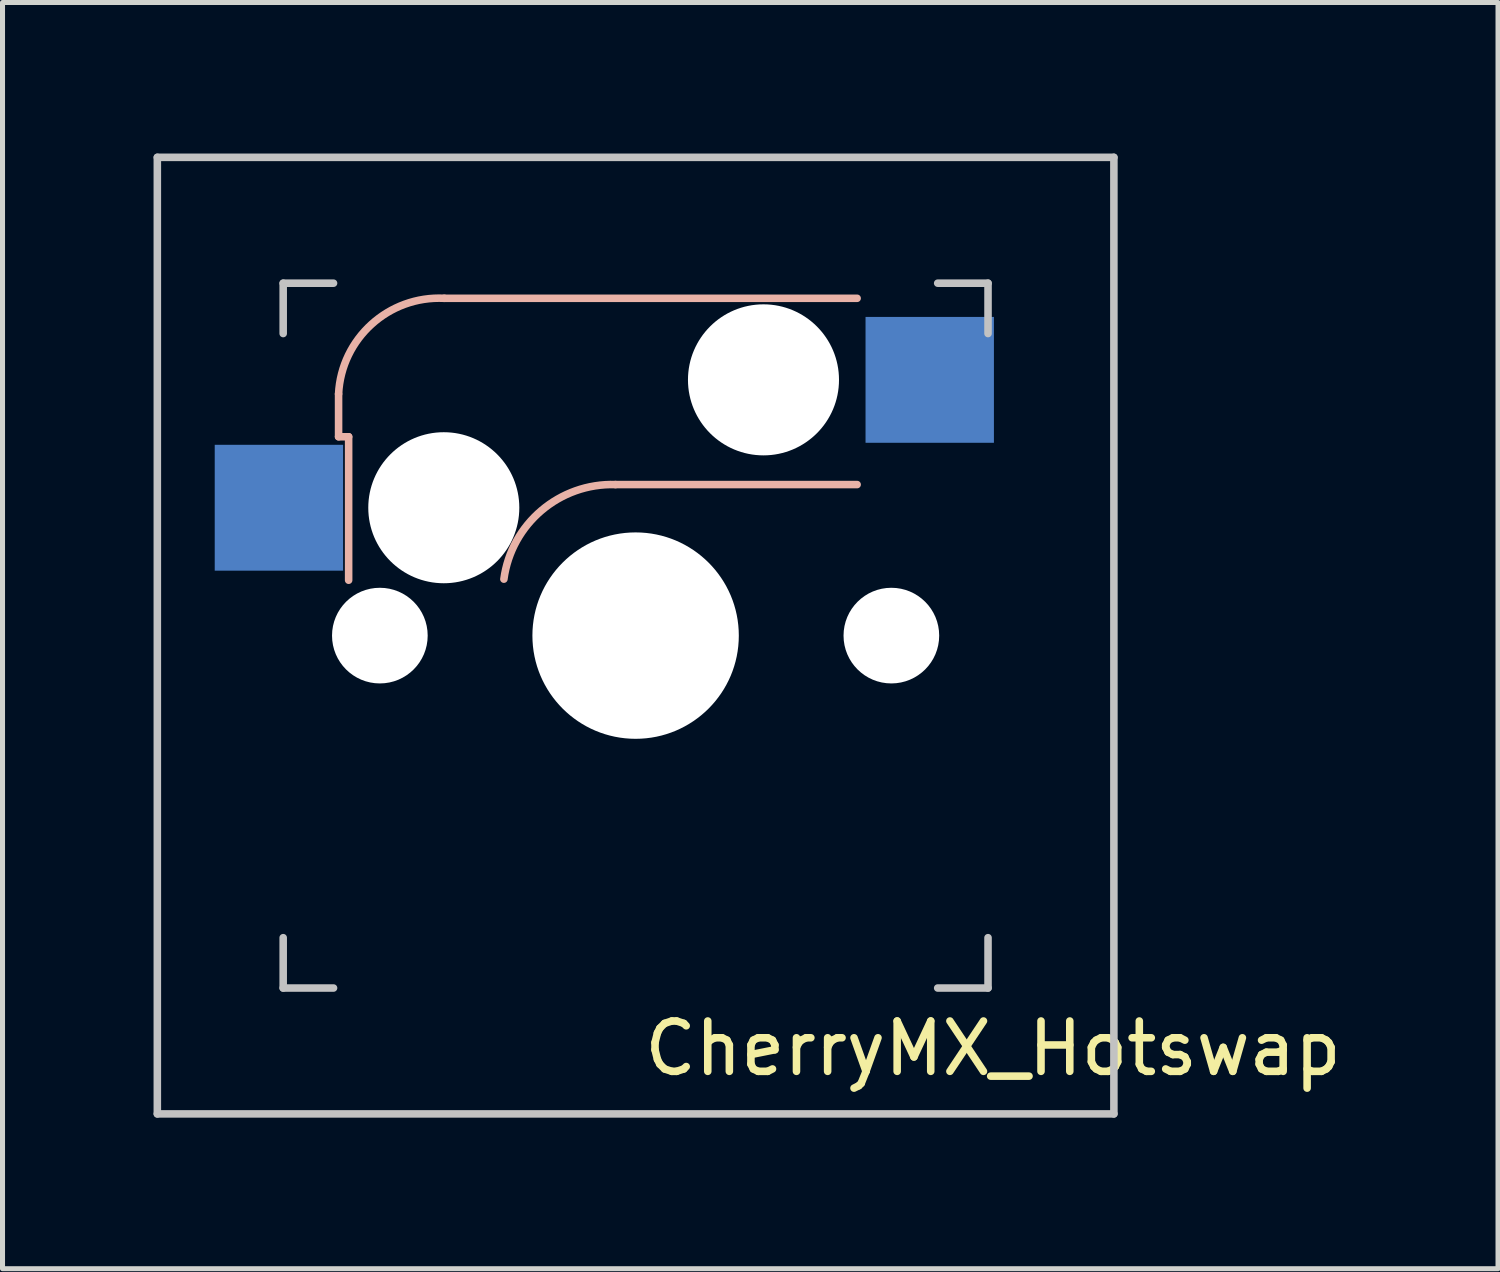
<source format=kicad_pcb>
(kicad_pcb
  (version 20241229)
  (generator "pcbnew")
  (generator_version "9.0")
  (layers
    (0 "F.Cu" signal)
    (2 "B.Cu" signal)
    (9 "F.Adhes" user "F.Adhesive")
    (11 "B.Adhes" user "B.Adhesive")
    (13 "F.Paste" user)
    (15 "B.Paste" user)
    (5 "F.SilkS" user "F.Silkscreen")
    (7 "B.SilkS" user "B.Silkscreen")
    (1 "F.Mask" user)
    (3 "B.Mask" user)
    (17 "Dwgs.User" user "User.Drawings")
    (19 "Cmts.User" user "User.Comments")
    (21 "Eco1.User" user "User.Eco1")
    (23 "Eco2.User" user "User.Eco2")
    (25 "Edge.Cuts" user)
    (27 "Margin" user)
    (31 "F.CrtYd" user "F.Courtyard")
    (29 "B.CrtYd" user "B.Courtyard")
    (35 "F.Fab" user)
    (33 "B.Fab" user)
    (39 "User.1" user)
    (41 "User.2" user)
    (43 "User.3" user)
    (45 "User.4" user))
  (footprint "CherryMX_Hotswap"
    (layer "F.Cu")
    (at 9.575 9.575)
    (property "Reference" "CherryMX_Hotswap" (at 7.1 8.2 0) (layer "F.SilkS") (effects (font (size 1 1) (thickness 0.15))))
    (attr through_hole)
    (fp_line (start -5.9 -4.8) (end -5.9 -3.95) (stroke (width 0.15) (type solid)) (layer "B.SilkS"))
    (fp_line (start -5.9 -3.95) (end -5.7 -3.95) (stroke (width 0.15) (type solid)) (layer "B.SilkS"))
    (fp_line (start -5.7 -3.95) (end -5.7 -1.1) (stroke (width 0.15) (type solid)) (layer "B.SilkS"))
    (fp_line (start -0.4 -3) (end 4.4 -3) (stroke (width 0.15) (type solid)) (layer "B.SilkS"))
    (fp_line (start 4.4 -6.7) (end -3.8 -6.7) (stroke (width 0.15) (type solid)) (layer "B.SilkS"))
    (fp_arc (start -5.9 -4.799999) (mid -5.243504 -6.184924) (end -3.800001 -6.7) (stroke (width 0.15) (type solid)) (layer "B.SilkS"))
    (fp_arc (start -2.616318 -1.121471) (mid -1.868709 -2.486118) (end -0.4 -3) (stroke (width 0.15) (type solid)) (layer "B.SilkS"))
    (fp_line (start -9.5 -9.5) (end 9.5 -9.5) (stroke (width 0.15) (type solid)) (layer "Dwgs.User"))
    (fp_line (start -9.5 9.5) (end -9.5 -9.5) (stroke (width 0.15) (type solid)) (layer "Dwgs.User"))
    (fp_line (start -7 -7) (end -6 -7) (stroke (width 0.15) (type solid)) (layer "Dwgs.User"))
    (fp_line (start -7 -6) (end -7 -7) (stroke (width 0.15) (type solid)) (layer "Dwgs.User"))
    (fp_line (start -7 6) (end -7 7) (stroke (width 0.15) (type solid)) (layer "Dwgs.User"))
    (fp_line (start -7 7) (end -6 7) (stroke (width 0.15) (type solid)) (layer "Dwgs.User"))
    (fp_line (start 6 7) (end 7 7) (stroke (width 0.15) (type solid)) (layer "Dwgs.User"))
    (fp_line (start 7 -7) (end 6 -7) (stroke (width 0.15) (type solid)) (layer "Dwgs.User"))
    (fp_line (start 7 -7) (end 7 -6) (stroke (width 0.15) (type solid)) (layer "Dwgs.User"))
    (fp_line (start 7 7) (end 7 6) (stroke (width 0.15) (type solid)) (layer "Dwgs.User"))
    (fp_line (start 9.5 -9.5) (end 9.5 9.5) (stroke (width 0.15) (type solid)) (layer "Dwgs.User"))
    (fp_line (start 9.5 9.5) (end -9.5 9.5) (stroke (width 0.15) (type solid)) (layer "Dwgs.User"))
    (pad "" np_thru_hole circle (at -5.08 0) (size 1.9 1.9) (drill 1.9) (layers "*.Cu" "*.Mask"))
    (pad "" np_thru_hole circle (at -3.81 -2.54) (size 3 3) (drill 3) (layers "*.Cu" "*.Mask"))
    (pad "" np_thru_hole circle (at 0 0 90) (size 4.1 4.1) (drill 4.1) (layers "*.Cu" "*.Mask"))
    (pad "" np_thru_hole circle (at 2.54 -5.08) (size 3 3) (drill 3) (layers "*.Cu" "*.Mask"))
    (pad "" np_thru_hole circle (at 5.08 0) (size 1.9 1.9) (drill 1.9) (layers "*.Cu" "*.Mask"))
    (pad "1" smd rect (at -7.085 -2.54 180) (size 2.55 2.5) (layers "B.Cu" "B.Mask" "B.Paste"))
    (pad "2" smd rect (at 5.842 -5.08 180) (size 2.55 2.5) (layers "B.Cu" "B.Mask" "B.Paste")))
  (gr_rect
    (start -3 -3)
    (end 26.705 22.15)
    (stroke (width 0.1) (type default))
    (fill no)
    (layer "Edge.Cuts")))
</source>
